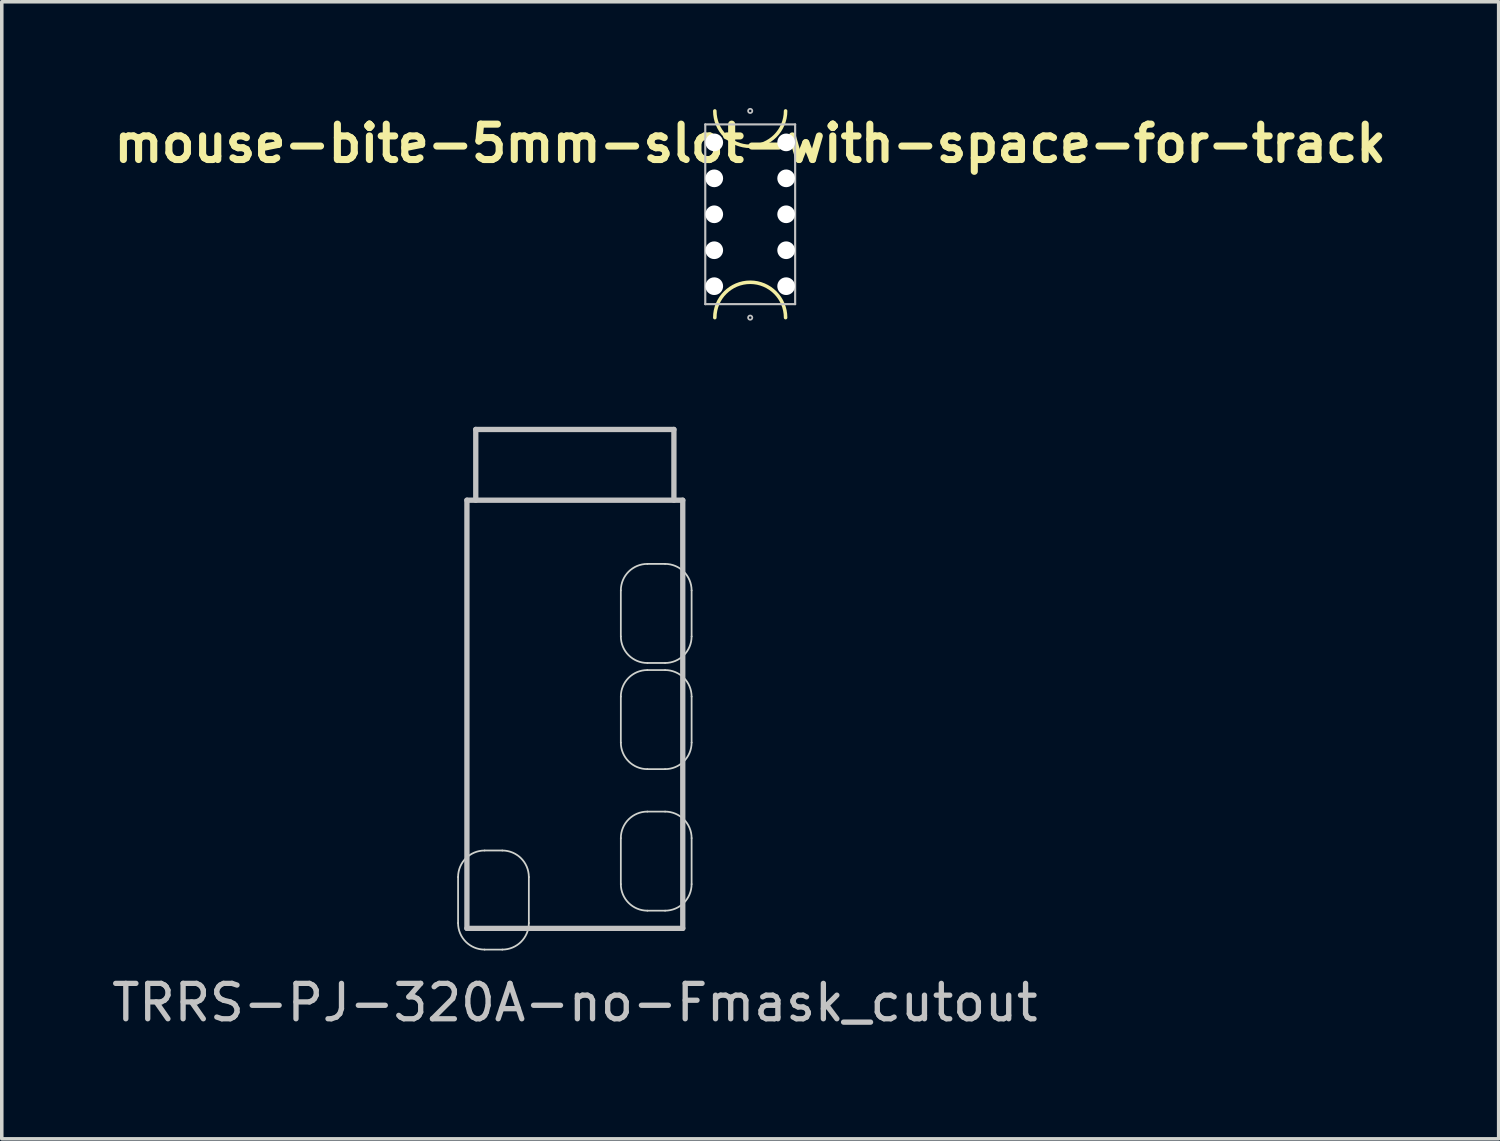
<source format=kicad_pcb>
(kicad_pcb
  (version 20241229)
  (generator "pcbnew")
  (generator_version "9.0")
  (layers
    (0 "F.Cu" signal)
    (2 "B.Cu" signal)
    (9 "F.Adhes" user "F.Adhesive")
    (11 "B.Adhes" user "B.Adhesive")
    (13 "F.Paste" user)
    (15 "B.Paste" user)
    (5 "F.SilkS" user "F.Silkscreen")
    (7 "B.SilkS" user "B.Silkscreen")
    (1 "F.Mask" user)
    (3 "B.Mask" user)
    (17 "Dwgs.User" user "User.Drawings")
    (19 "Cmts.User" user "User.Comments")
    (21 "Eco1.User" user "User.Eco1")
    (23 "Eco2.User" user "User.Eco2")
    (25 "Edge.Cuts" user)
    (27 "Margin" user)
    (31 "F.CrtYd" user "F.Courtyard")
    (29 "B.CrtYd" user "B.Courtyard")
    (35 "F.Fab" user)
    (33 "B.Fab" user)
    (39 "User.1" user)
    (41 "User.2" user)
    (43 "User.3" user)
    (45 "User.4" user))
  (footprint "TRRS-PJ-320A-no-Fmask_cutout"
    (layer "F.Cu")
    (at 13.196 11.087)
    (property "Reference" "TRRS-PJ-320A-no-Fmask_cutout" (at 0 14.2 0) (layer "Dwgs.User") (effects (font (size 1 1) (thickness 0.15))))
    (attr through_hole)
    (fp_line (start -3.05 0) (end -3.05 12.1) (stroke (width 0.15) (type solid)) (layer "Dwgs.User"))
    (fp_line (start -2.8 0) (end -2.8 -2) (stroke (width 0.15) (type solid)) (layer "Dwgs.User"))
    (fp_line (start 2.8 -2) (end -2.8 -2) (stroke (width 0.15) (type solid)) (layer "Dwgs.User"))
    (fp_line (start 2.8 0) (end 2.8 -2) (stroke (width 0.15) (type solid)) (layer "Dwgs.User"))
    (fp_line (start 3.05 0) (end -3.05 0) (stroke (width 0.15) (type solid)) (layer "Dwgs.User"))
    (fp_line (start 3.05 0) (end 3.05 12.1) (stroke (width 0.15) (type solid)) (layer "Dwgs.User"))
    (fp_line (start 3.05 12.1) (end -3.05 12.1) (stroke (width 0.15) (type solid)) (layer "Dwgs.User"))
    (fp_line (start -3.3 11.95) (end -3.3 10.65) (stroke (width 0.05) (type default)) (layer "Edge.Cuts"))
    (fp_line (start -2.55 9.9) (end -2.05 9.9) (stroke (width 0.05) (type default)) (layer "Edge.Cuts"))
    (fp_line (start -2.55 12.7) (end -2.05 12.7) (stroke (width 0.05) (type default)) (layer "Edge.Cuts"))
    (fp_line (start -1.3 11.95) (end -1.3 10.65) (stroke (width 0.05) (type default)) (layer "Edge.Cuts"))
    (fp_line (start 1.3 3.85) (end 1.3 2.55) (stroke (width 0.05) (type default)) (layer "Edge.Cuts"))
    (fp_line (start 1.3 6.85) (end 1.3 5.55) (stroke (width 0.05) (type default)) (layer "Edge.Cuts"))
    (fp_line (start 1.3 10.85) (end 1.3 9.55) (stroke (width 0.05) (type default)) (layer "Edge.Cuts"))
    (fp_line (start 2.05 1.8) (end 2.55 1.8) (stroke (width 0.05) (type default)) (layer "Edge.Cuts"))
    (fp_line (start 2.05 4.6) (end 2.55 4.6) (stroke (width 0.05) (type default)) (layer "Edge.Cuts"))
    (fp_line (start 2.05 4.8) (end 2.55 4.8) (stroke (width 0.05) (type default)) (layer "Edge.Cuts"))
    (fp_line (start 2.05 7.6) (end 2.55 7.6) (stroke (width 0.05) (type default)) (layer "Edge.Cuts"))
    (fp_line (start 2.05 8.8) (end 2.55 8.8) (stroke (width 0.05) (type default)) (layer "Edge.Cuts"))
    (fp_line (start 2.05 11.6) (end 2.55 11.6) (stroke (width 0.05) (type default)) (layer "Edge.Cuts"))
    (fp_line (start 3.3 3.85) (end 3.3 2.55) (stroke (width 0.05) (type default)) (layer "Edge.Cuts"))
    (fp_line (start 3.3 6.85) (end 3.3 5.55) (stroke (width 0.05) (type default)) (layer "Edge.Cuts"))
    (fp_line (start 3.3 10.85) (end 3.3 9.55) (stroke (width 0.05) (type default)) (layer "Edge.Cuts"))
    (fp_arc (start -3.3 10.65) (mid -3.08033 10.11967) (end -2.55 9.9) (stroke (width 0.05) (type default)) (layer "Edge.Cuts"))
    (fp_arc (start -2.55 12.7) (mid -3.08033 12.48033) (end -3.3 11.95) (stroke (width 0.05) (type default)) (layer "Edge.Cuts"))
    (fp_arc (start -2.05 9.9) (mid -1.51967 10.11967) (end -1.3 10.65) (stroke (width 0.05) (type default)) (layer "Edge.Cuts"))
    (fp_arc (start -1.3 11.95) (mid -1.51967 12.48033) (end -2.05 12.7) (stroke (width 0.05) (type default)) (layer "Edge.Cuts"))
    (fp_arc (start 1.3 2.55) (mid 1.51967 2.01967) (end 2.05 1.8) (stroke (width 0.05) (type default)) (layer "Edge.Cuts"))
    (fp_arc (start 1.3 5.55) (mid 1.51967 5.01967) (end 2.05 4.8) (stroke (width 0.05) (type default)) (layer "Edge.Cuts"))
    (fp_arc (start 1.3 9.55) (mid 1.51967 9.01967) (end 2.05 8.8) (stroke (width 0.05) (type default)) (layer "Edge.Cuts"))
    (fp_arc (start 2.05 4.6) (mid 1.51967 4.38033) (end 1.3 3.85) (stroke (width 0.05) (type default)) (layer "Edge.Cuts"))
    (fp_arc (start 2.05 7.6) (mid 1.51967 7.38033) (end 1.3 6.85) (stroke (width 0.05) (type default)) (layer "Edge.Cuts"))
    (fp_arc (start 2.05 11.6) (mid 1.51967 11.38033) (end 1.3 10.85) (stroke (width 0.05) (type default)) (layer "Edge.Cuts"))
    (fp_arc (start 2.55 1.8) (mid 3.08033 2.01967) (end 3.3 2.55) (stroke (width 0.05) (type default)) (layer "Edge.Cuts"))
    (fp_arc (start 2.55 4.8) (mid 3.08033 5.01967) (end 3.3 5.55) (stroke (width 0.05) (type default)) (layer "Edge.Cuts"))
    (fp_arc (start 2.55 8.8) (mid 3.08033 9.01967) (end 3.3 9.55) (stroke (width 0.05) (type default)) (layer "Edge.Cuts"))
    (fp_arc (start 3.3 3.85) (mid 3.08033 4.38033) (end 2.55 4.6) (stroke (width 0.05) (type default)) (layer "Edge.Cuts"))
    (fp_arc (start 3.3 6.85) (mid 3.08033 7.38033) (end 2.55 7.6) (stroke (width 0.05) (type default)) (layer "Edge.Cuts"))
    (fp_arc (start 3.3 10.85) (mid 3.08033 11.38033) (end 2.55 11.6) (stroke (width 0.05) (type default)) (layer "Edge.Cuts")))
  (footprint "mouse-bite-5mm-slot-with-space-for-track"
    (layer "F.Cu")
    (at 18.152 3.006)
    (property "Reference" "mouse-bite-5mm-slot-with-space-for-track" (at 0 -2 0) (layer "F.SilkS") (effects (font (size 1 1) (thickness 0.2))))
    (attr exclude_from_pos_files exclude_from_bom)
    (fp_arc (start -1 2.921) (mid 0 1.921) (end 1 2.921) (stroke (width 0.1) (type solid)) (layer "F.SilkS"))
    (fp_arc (start 1 -2.921) (mid 0 -1.921) (end -1 -2.921) (stroke (width 0.1) (type solid)) (layer "F.SilkS"))
    (fp_line (start -1.27 -2.54) (end 1.27 -2.54) (stroke (width 0.06) (type solid)) (layer "Dwgs.User"))
    (fp_line (start -1.27 2.54) (end -1.27 -2.54) (stroke (width 0.06) (type solid)) (layer "Dwgs.User"))
    (fp_line (start -1.27 2.54) (end 1.27 2.54) (stroke (width 0.06) (type solid)) (layer "Dwgs.User"))
    (fp_line (start 1.27 -2.54) (end 1.27 2.54) (stroke (width 0.06) (type solid)) (layer "Dwgs.User"))
    (fp_circle (center 0 -2.921) (end 0.06 -2.921) (stroke (width 0.05) (type solid)) (fill no) (layer "Dwgs.User"))
    (fp_circle (center 0 2.921) (end 0.06 2.921) (stroke (width 0.05) (type solid)) (fill no) (layer "Dwgs.User"))
    (pad "" np_thru_hole circle (at -1.016 -2.032) (size 0.5 0.5) (drill 0.5) (layers "*.Cu" "*.Mask"))
    (pad "" np_thru_hole circle (at -1.016 -1.016) (size 0.5 0.5) (drill 0.5) (layers "*.Cu" "*.Mask"))
    (pad "" np_thru_hole circle (at -1.016 0) (size 0.5 0.5) (drill 0.5) (layers "*.Cu" "*.Mask"))
    (pad "" np_thru_hole circle (at -1.016 1.016) (size 0.5 0.5) (drill 0.5) (layers "*.Cu" "*.Mask"))
    (pad "" np_thru_hole circle (at -1.016 2.032) (size 0.5 0.5) (drill 0.5) (layers "*.Cu" "*.Mask"))
    (pad "" np_thru_hole circle (at 1.016 -2.032) (size 0.5 0.5) (drill 0.5) (layers "*.Cu" "*.Mask"))
    (pad "" np_thru_hole circle (at 1.016 -1.016) (size 0.5 0.5) (drill 0.5) (layers "*.Cu" "*.Mask"))
    (pad "" np_thru_hole circle (at 1.016 0) (size 0.5 0.5) (drill 0.5) (layers "*.Cu" "*.Mask"))
    (pad "" np_thru_hole circle (at 1.016 1.016) (size 0.5 0.5) (drill 0.5) (layers "*.Cu" "*.Mask"))
    (pad "" np_thru_hole circle (at 1.016 2.032) (size 0.5 0.5) (drill 0.5) (layers "*.Cu" "*.Mask")))
  (gr_rect
    (start -3 -3)
    (end 39.305 29.135)
    (stroke (width 0.1) (type default))
    (fill no)
    (layer "Edge.Cuts")))
</source>
